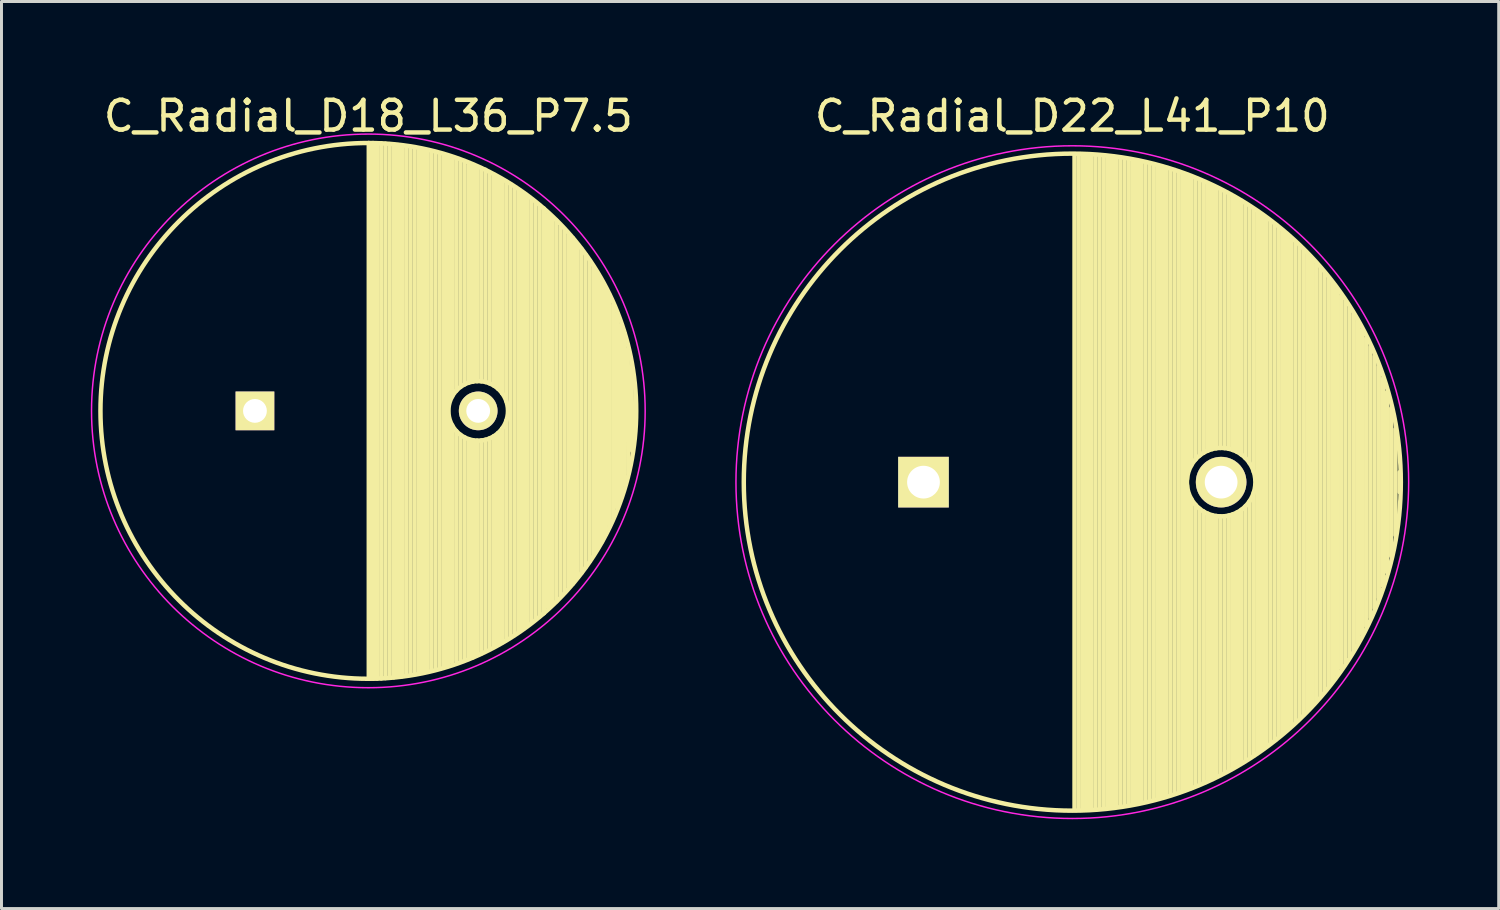
<source format=kicad_pcb>
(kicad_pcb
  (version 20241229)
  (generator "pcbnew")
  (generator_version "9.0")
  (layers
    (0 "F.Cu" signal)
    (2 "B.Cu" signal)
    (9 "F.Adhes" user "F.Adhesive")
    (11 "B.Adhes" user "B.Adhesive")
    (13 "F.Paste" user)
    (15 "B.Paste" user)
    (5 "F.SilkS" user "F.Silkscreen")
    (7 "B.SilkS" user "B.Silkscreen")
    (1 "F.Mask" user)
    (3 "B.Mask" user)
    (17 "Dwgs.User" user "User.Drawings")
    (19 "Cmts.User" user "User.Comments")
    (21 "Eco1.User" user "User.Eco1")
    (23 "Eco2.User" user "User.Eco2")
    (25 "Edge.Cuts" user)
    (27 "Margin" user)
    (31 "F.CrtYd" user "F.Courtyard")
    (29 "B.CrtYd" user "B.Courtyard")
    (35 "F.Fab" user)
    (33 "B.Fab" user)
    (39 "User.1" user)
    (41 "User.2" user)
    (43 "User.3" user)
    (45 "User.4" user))
  (footprint "C_Radial_D22_L41_P10"
    (layer "F.Cu")
    (at 27.975 13.148)
    (property "Reference" "C_Radial_D22_L41_P10" (at 5 -12.3 0) (layer "F.SilkS") (effects (font (size 1 1) (thickness 0.15))))
    (attr through_hole)
    (fp_line (start 5.075 -11) (end 5.075 11) (stroke (width 0.15) (type solid)) (layer "F.SilkS"))
    (fp_line (start 5.215 -10.998) (end 5.215 10.998) (stroke (width 0.15) (type solid)) (layer "F.SilkS"))
    (fp_line (start 5.355 -10.994) (end 5.355 10.994) (stroke (width 0.15) (type solid)) (layer "F.SilkS"))
    (fp_line (start 5.495 -10.989) (end 5.495 10.989) (stroke (width 0.15) (type solid)) (layer "F.SilkS"))
    (fp_line (start 5.635 -10.982) (end 5.635 10.982) (stroke (width 0.15) (type solid)) (layer "F.SilkS"))
    (fp_line (start 5.775 -10.973) (end 5.775 10.973) (stroke (width 0.15) (type solid)) (layer "F.SilkS"))
    (fp_line (start 5.915 -10.962) (end 5.915 10.962) (stroke (width 0.15) (type solid)) (layer "F.SilkS"))
    (fp_line (start 6.055 -10.949) (end 6.055 10.949) (stroke (width 0.15) (type solid)) (layer "F.SilkS"))
    (fp_line (start 6.195 -10.935) (end 6.195 10.935) (stroke (width 0.15) (type solid)) (layer "F.SilkS"))
    (fp_line (start 6.335 -10.919) (end 6.335 10.919) (stroke (width 0.15) (type solid)) (layer "F.SilkS"))
    (fp_line (start 6.475 -10.901) (end 6.475 10.901) (stroke (width 0.15) (type solid)) (layer "F.SilkS"))
    (fp_line (start 6.615 -10.881) (end 6.615 10.881) (stroke (width 0.15) (type solid)) (layer "F.SilkS"))
    (fp_line (start 6.755 -10.859) (end 6.755 10.859) (stroke (width 0.15) (type solid)) (layer "F.SilkS"))
    (fp_line (start 6.895 -10.836) (end 6.895 10.836) (stroke (width 0.15) (type solid)) (layer "F.SilkS"))
    (fp_line (start 7.035 -10.81) (end 7.035 10.81) (stroke (width 0.15) (type solid)) (layer "F.SilkS"))
    (fp_line (start 7.175 -10.783) (end 7.175 10.783) (stroke (width 0.15) (type solid)) (layer "F.SilkS"))
    (fp_line (start 7.315 -10.754) (end 7.315 10.754) (stroke (width 0.15) (type solid)) (layer "F.SilkS"))
    (fp_line (start 7.455 -10.723) (end 7.455 10.723) (stroke (width 0.15) (type solid)) (layer "F.SilkS"))
    (fp_line (start 7.595 -10.69) (end 7.595 10.69) (stroke (width 0.15) (type solid)) (layer "F.SilkS"))
    (fp_line (start 7.735 -10.655) (end 7.735 10.655) (stroke (width 0.15) (type solid)) (layer "F.SilkS"))
    (fp_line (start 7.875 -10.618) (end 7.875 10.618) (stroke (width 0.15) (type solid)) (layer "F.SilkS"))
    (fp_line (start 8.015 -10.579) (end 8.015 10.579) (stroke (width 0.15) (type solid)) (layer "F.SilkS"))
    (fp_line (start 8.155 -10.538) (end 8.155 10.538) (stroke (width 0.15) (type solid)) (layer "F.SilkS"))
    (fp_line (start 8.295 -10.495) (end 8.295 10.495) (stroke (width 0.15) (type solid)) (layer "F.SilkS"))
    (fp_line (start 8.435 -10.45) (end 8.435 10.45) (stroke (width 0.15) (type solid)) (layer "F.SilkS"))
    (fp_line (start 8.575 -10.403) (end 8.575 10.403) (stroke (width 0.15) (type solid)) (layer "F.SilkS"))
    (fp_line (start 8.715 -10.354) (end 8.715 10.354) (stroke (width 0.15) (type solid)) (layer "F.SilkS"))
    (fp_line (start 8.855 -10.302) (end 8.855 -0.107) (stroke (width 0.15) (type solid)) (layer "F.SilkS"))
    (fp_line (start 8.855 0.107) (end 8.855 10.302) (stroke (width 0.15) (type solid)) (layer "F.SilkS"))
    (fp_line (start 8.995 -10.249) (end 8.995 -0.559) (stroke (width 0.15) (type solid)) (layer "F.SilkS"))
    (fp_line (start 8.995 0.559) (end 8.995 10.249) (stroke (width 0.15) (type solid)) (layer "F.SilkS"))
    (fp_line (start 9.135 -10.193) (end 9.135 -0.758) (stroke (width 0.15) (type solid)) (layer "F.SilkS"))
    (fp_line (start 9.135 0.758) (end 9.135 10.193) (stroke (width 0.15) (type solid)) (layer "F.SilkS"))
    (fp_line (start 9.275 -10.135) (end 9.275 -0.893) (stroke (width 0.15) (type solid)) (layer "F.SilkS"))
    (fp_line (start 9.275 0.893) (end 9.275 10.135) (stroke (width 0.15) (type solid)) (layer "F.SilkS"))
    (fp_line (start 9.415 -10.075) (end 9.415 -0.99) (stroke (width 0.15) (type solid)) (layer "F.SilkS"))
    (fp_line (start 9.415 0.99) (end 9.415 10.075) (stroke (width 0.15) (type solid)) (layer "F.SilkS"))
    (fp_line (start 9.555 -10.013) (end 9.555 -1.06) (stroke (width 0.15) (type solid)) (layer "F.SilkS"))
    (fp_line (start 9.555 1.06) (end 9.555 10.013) (stroke (width 0.15) (type solid)) (layer "F.SilkS"))
    (fp_line (start 9.695 -9.948) (end 9.695 -1.109) (stroke (width 0.15) (type solid)) (layer "F.SilkS"))
    (fp_line (start 9.695 1.109) (end 9.695 9.948) (stroke (width 0.15) (type solid)) (layer "F.SilkS"))
    (fp_line (start 9.835 -9.88) (end 9.835 -1.138) (stroke (width 0.15) (type solid)) (layer "F.SilkS"))
    (fp_line (start 9.835 1.138) (end 9.835 9.88) (stroke (width 0.15) (type solid)) (layer "F.SilkS"))
    (fp_line (start 9.975 -9.811) (end 9.975 -1.15) (stroke (width 0.15) (type solid)) (layer "F.SilkS"))
    (fp_line (start 9.975 1.15) (end 9.975 9.811) (stroke (width 0.15) (type solid)) (layer "F.SilkS"))
    (fp_line (start 10.115 -9.738) (end 10.115 -1.144) (stroke (width 0.15) (type solid)) (layer "F.SilkS"))
    (fp_line (start 10.115 1.144) (end 10.115 9.738) (stroke (width 0.15) (type solid)) (layer "F.SilkS"))
    (fp_line (start 10.255 -9.664) (end 10.255 -1.121) (stroke (width 0.15) (type solid)) (layer "F.SilkS"))
    (fp_line (start 10.255 1.121) (end 10.255 9.664) (stroke (width 0.15) (type solid)) (layer "F.SilkS"))
    (fp_line (start 10.395 -9.586) (end 10.395 -1.08) (stroke (width 0.15) (type solid)) (layer "F.SilkS"))
    (fp_line (start 10.395 1.08) (end 10.395 9.586) (stroke (width 0.15) (type solid)) (layer "F.SilkS"))
    (fp_line (start 10.535 -9.506) (end 10.535 -1.018) (stroke (width 0.15) (type solid)) (layer "F.SilkS"))
    (fp_line (start 10.535 1.018) (end 10.535 9.506) (stroke (width 0.15) (type solid)) (layer "F.SilkS"))
    (fp_line (start 10.675 -9.423) (end 10.675 -0.931) (stroke (width 0.15) (type solid)) (layer "F.SilkS"))
    (fp_line (start 10.675 0.931) (end 10.675 9.423) (stroke (width 0.15) (type solid)) (layer "F.SilkS"))
    (fp_line (start 10.815 -9.337) (end 10.815 -0.811) (stroke (width 0.15) (type solid)) (layer "F.SilkS"))
    (fp_line (start 10.815 0.811) (end 10.815 9.337) (stroke (width 0.15) (type solid)) (layer "F.SilkS"))
    (fp_line (start 10.955 -9.249) (end 10.955 -0.641) (stroke (width 0.15) (type solid)) (layer "F.SilkS"))
    (fp_line (start 10.955 0.641) (end 10.955 9.249) (stroke (width 0.15) (type solid)) (layer "F.SilkS"))
    (fp_line (start 11.095 -9.157) (end 11.095 -0.351) (stroke (width 0.15) (type solid)) (layer "F.SilkS"))
    (fp_line (start 11.095 0.351) (end 11.095 9.157) (stroke (width 0.15) (type solid)) (layer "F.SilkS"))
    (fp_line (start 11.235 -9.062) (end 11.235 9.062) (stroke (width 0.15) (type solid)) (layer "F.SilkS"))
    (fp_line (start 11.375 -8.964) (end 11.375 8.964) (stroke (width 0.15) (type solid)) (layer "F.SilkS"))
    (fp_line (start 11.515 -8.863) (end 11.515 8.863) (stroke (width 0.15) (type solid)) (layer "F.SilkS"))
    (fp_line (start 11.655 -8.758) (end 11.655 8.758) (stroke (width 0.15) (type solid)) (layer "F.SilkS"))
    (fp_line (start 11.795 -8.65) (end 11.795 8.65) (stroke (width 0.15) (type solid)) (layer "F.SilkS"))
    (fp_line (start 11.935 -8.538) (end 11.935 8.538) (stroke (width 0.15) (type solid)) (layer "F.SilkS"))
    (fp_line (start 12.075 -8.423) (end 12.075 8.423) (stroke (width 0.15) (type solid)) (layer "F.SilkS"))
    (fp_line (start 12.215 -8.303) (end 12.215 8.303) (stroke (width 0.15) (type solid)) (layer "F.SilkS"))
    (fp_line (start 12.355 -8.179) (end 12.355 8.179) (stroke (width 0.15) (type solid)) (layer "F.SilkS"))
    (fp_line (start 12.495 -8.051) (end 12.495 8.051) (stroke (width 0.15) (type solid)) (layer "F.SilkS"))
    (fp_line (start 12.635 -7.919) (end 12.635 7.919) (stroke (width 0.15) (type solid)) (layer "F.SilkS"))
    (fp_line (start 12.775 -7.781) (end 12.775 7.781) (stroke (width 0.15) (type solid)) (layer "F.SilkS"))
    (fp_line (start 12.915 -7.639) (end 12.915 7.639) (stroke (width 0.15) (type solid)) (layer "F.SilkS"))
    (fp_line (start 13.055 -7.491) (end 13.055 7.491) (stroke (width 0.15) (type solid)) (layer "F.SilkS"))
    (fp_line (start 13.195 -7.338) (end 13.195 7.338) (stroke (width 0.15) (type solid)) (layer "F.SilkS"))
    (fp_line (start 13.335 -7.178) (end 13.335 7.178) (stroke (width 0.15) (type solid)) (layer "F.SilkS"))
    (fp_line (start 13.475 -7.012) (end 13.475 7.012) (stroke (width 0.15) (type solid)) (layer "F.SilkS"))
    (fp_line (start 13.615 -6.84) (end 13.615 6.84) (stroke (width 0.15) (type solid)) (layer "F.SilkS"))
    (fp_line (start 13.755 -6.66) (end 13.755 6.66) (stroke (width 0.15) (type solid)) (layer "F.SilkS"))
    (fp_line (start 13.895 -6.471) (end 13.895 6.471) (stroke (width 0.15) (type solid)) (layer "F.SilkS"))
    (fp_line (start 14.035 -6.274) (end 14.035 6.274) (stroke (width 0.15) (type solid)) (layer "F.SilkS"))
    (fp_line (start 14.175 -6.068) (end 14.175 6.068) (stroke (width 0.15) (type solid)) (layer "F.SilkS"))
    (fp_line (start 14.315 -5.851) (end 14.315 5.851) (stroke (width 0.15) (type solid)) (layer "F.SilkS"))
    (fp_line (start 14.455 -5.622) (end 14.455 5.622) (stroke (width 0.15) (type solid)) (layer "F.SilkS"))
    (fp_line (start 14.595 -5.379) (end 14.595 5.379) (stroke (width 0.15) (type solid)) (layer "F.SilkS"))
    (fp_line (start 14.735 -5.122) (end 14.735 5.122) (stroke (width 0.15) (type solid)) (layer "F.SilkS"))
    (fp_line (start 14.875 -4.846) (end 14.875 4.846) (stroke (width 0.15) (type solid)) (layer "F.SilkS"))
    (fp_line (start 15.015 -4.55) (end 15.015 4.55) (stroke (width 0.15) (type solid)) (layer "F.SilkS"))
    (fp_line (start 15.155 -4.228) (end 15.155 4.228) (stroke (width 0.15) (type solid)) (layer "F.SilkS"))
    (fp_line (start 15.295 -3.875) (end 15.295 3.875) (stroke (width 0.15) (type solid)) (layer "F.SilkS"))
    (fp_line (start 15.435 -3.48) (end 15.435 3.48) (stroke (width 0.15) (type solid)) (layer "F.SilkS"))
    (fp_line (start 15.575 -3.028) (end 15.575 3.028) (stroke (width 0.15) (type solid)) (layer "F.SilkS"))
    (fp_line (start 15.715 -2.488) (end 15.715 2.488) (stroke (width 0.15) (type solid)) (layer "F.SilkS"))
    (fp_line (start 15.855 -1.78) (end 15.855 1.78) (stroke (width 0.15) (type solid)) (layer "F.SilkS"))
    (fp_line (start 15.995 -0.332) (end 15.995 0.332) (stroke (width 0.15) (type solid)) (layer "F.SilkS"))
    (fp_circle (center 5 0) (end 5 -11.037) (stroke (width 0.15) (type solid)) (fill no) (layer "F.SilkS"))
    (fp_circle (center 10 0) (end 10 -1.15) (stroke (width 0.15) (type solid)) (fill no) (layer "F.SilkS"))
    (fp_circle (center 5 0) (end 5 -11.3) (stroke (width 0.05) (type solid)) (fill no) (layer "F.CrtYd"))
    (pad "1" thru_hole rect (at 0 0) (size 1.7 1.7) (drill 1.1) (layers "*.Cu" "*.Mask" "F.SilkS"))
    (pad "2" thru_hole circle (at 10 0) (size 1.7 1.7) (drill 1.1) (layers "*.Cu" "*.Mask" "F.SilkS")))
  (footprint "C_Radial_D18_L36_P7.5"
    (layer "F.Cu")
    (at 5.515 10.754)
    (property "Reference" "C_Radial_D18_L36_P7.5" (at 3.81 -9.906 0) (layer "F.SilkS") (effects (font (size 1 1) (thickness 0.15))))
    (attr through_hole)
    (fp_line (start 3.825 -9) (end 3.825 9) (stroke (width 0.15) (type solid)) (layer "F.SilkS"))
    (fp_line (start 3.965 -8.997) (end 3.965 8.997) (stroke (width 0.15) (type solid)) (layer "F.SilkS"))
    (fp_line (start 4.105 -8.992) (end 4.105 8.992) (stroke (width 0.15) (type solid)) (layer "F.SilkS"))
    (fp_line (start 4.245 -8.985) (end 4.245 8.985) (stroke (width 0.15) (type solid)) (layer "F.SilkS"))
    (fp_line (start 4.385 -8.975) (end 4.385 8.975) (stroke (width 0.15) (type solid)) (layer "F.SilkS"))
    (fp_line (start 4.525 -8.962) (end 4.525 8.962) (stroke (width 0.15) (type solid)) (layer "F.SilkS"))
    (fp_line (start 4.665 -8.948) (end 4.665 8.948) (stroke (width 0.15) (type solid)) (layer "F.SilkS"))
    (fp_line (start 4.805 -8.93) (end 4.805 8.93) (stroke (width 0.15) (type solid)) (layer "F.SilkS"))
    (fp_line (start 4.945 -8.91) (end 4.945 8.91) (stroke (width 0.15) (type solid)) (layer "F.SilkS"))
    (fp_line (start 5.085 -8.888) (end 5.085 8.888) (stroke (width 0.15) (type solid)) (layer "F.SilkS"))
    (fp_line (start 5.225 -8.863) (end 5.225 8.863) (stroke (width 0.15) (type solid)) (layer "F.SilkS"))
    (fp_line (start 5.365 -8.835) (end 5.365 8.835) (stroke (width 0.15) (type solid)) (layer "F.SilkS"))
    (fp_line (start 5.505 -8.805) (end 5.505 8.805) (stroke (width 0.15) (type solid)) (layer "F.SilkS"))
    (fp_line (start 5.645 -8.772) (end 5.645 8.772) (stroke (width 0.15) (type solid)) (layer "F.SilkS"))
    (fp_line (start 5.785 -8.737) (end 5.785 8.737) (stroke (width 0.15) (type solid)) (layer "F.SilkS"))
    (fp_line (start 5.925 -8.699) (end 5.925 8.699) (stroke (width 0.15) (type solid)) (layer "F.SilkS"))
    (fp_line (start 6.065 -8.658) (end 6.065 8.658) (stroke (width 0.15) (type solid)) (layer "F.SilkS"))
    (fp_line (start 6.205 -8.614) (end 6.205 8.614) (stroke (width 0.15) (type solid)) (layer "F.SilkS"))
    (fp_line (start 6.345 -8.567) (end 6.345 8.567) (stroke (width 0.15) (type solid)) (layer "F.SilkS"))
    (fp_line (start 6.485 -8.518) (end 6.485 8.518) (stroke (width 0.15) (type solid)) (layer "F.SilkS"))
    (fp_line (start 6.625 -8.466) (end 6.625 -0.484) (stroke (width 0.15) (type solid)) (layer "F.SilkS"))
    (fp_line (start 6.625 0.484) (end 6.625 8.466) (stroke (width 0.15) (type solid)) (layer "F.SilkS"))
    (fp_line (start 6.765 -8.45) (end 6.765 -0.678) (stroke (width 0.15) (type solid)) (layer "F.SilkS"))
    (fp_line (start 6.765 0.678) (end 6.765 8.41) (stroke (width 0.15) (type solid)) (layer "F.SilkS"))
    (fp_line (start 6.905 -8.4) (end 6.905 -0.804) (stroke (width 0.15) (type solid)) (layer "F.SilkS"))
    (fp_line (start 6.905 0.804) (end 6.905 8.38) (stroke (width 0.15) (type solid)) (layer "F.SilkS"))
    (fp_line (start 7.045 -8.35) (end 7.045 -0.89) (stroke (width 0.15) (type solid)) (layer "F.SilkS"))
    (fp_line (start 7.045 0.89) (end 7.045 8.35) (stroke (width 0.15) (type solid)) (layer "F.SilkS"))
    (fp_line (start 7.185 -8.25) (end 7.185 -0.949) (stroke (width 0.15) (type solid)) (layer "F.SilkS"))
    (fp_line (start 7.185 0.949) (end 7.185 8.33) (stroke (width 0.15) (type solid)) (layer "F.SilkS"))
    (fp_line (start 7.325 -8.25) (end 7.325 -0.985) (stroke (width 0.15) (type solid)) (layer "F.SilkS"))
    (fp_line (start 7.325 0.985) (end 7.325 8.28) (stroke (width 0.15) (type solid)) (layer "F.SilkS"))
    (fp_line (start 7.465 -8.185) (end 7.465 -0.999) (stroke (width 0.15) (type solid)) (layer "F.SilkS"))
    (fp_line (start 7.465 0.999) (end 7.465 8.2) (stroke (width 0.15) (type solid)) (layer "F.SilkS"))
    (fp_line (start 7.605 -8.15) (end 7.605 -0.994) (stroke (width 0.15) (type solid)) (layer "F.SilkS"))
    (fp_line (start 7.605 0.994) (end 7.605 8.15) (stroke (width 0.15) (type solid)) (layer "F.SilkS"))
    (fp_line (start 7.745 -8.1) (end 7.745 -0.97) (stroke (width 0.15) (type solid)) (layer "F.SilkS"))
    (fp_line (start 7.745 0.97) (end 7.745 8.05) (stroke (width 0.15) (type solid)) (layer "F.SilkS"))
    (fp_line (start 7.885 -8) (end 7.885 -0.923) (stroke (width 0.15) (type solid)) (layer "F.SilkS"))
    (fp_line (start 7.885 0.923) (end 7.885 7.95) (stroke (width 0.15) (type solid)) (layer "F.SilkS"))
    (fp_line (start 8.025 -7.9) (end 8.025 -0.851) (stroke (width 0.15) (type solid)) (layer "F.SilkS"))
    (fp_line (start 8.025 0.851) (end 8.025 7.87) (stroke (width 0.15) (type solid)) (layer "F.SilkS"))
    (fp_line (start 8.165 -7.8) (end 8.165 -0.747) (stroke (width 0.15) (type solid)) (layer "F.SilkS"))
    (fp_line (start 8.165 0.747) (end 8.165 7.85) (stroke (width 0.15) (type solid)) (layer "F.SilkS"))
    (fp_line (start 8.305 -7.75) (end 8.305 -0.593) (stroke (width 0.15) (type solid)) (layer "F.SilkS"))
    (fp_line (start 8.305 0.593) (end 8.305 7.78) (stroke (width 0.15) (type solid)) (layer "F.SilkS"))
    (fp_line (start 8.445 -7.7) (end 8.445 -0.327) (stroke (width 0.15) (type solid)) (layer "F.SilkS"))
    (fp_line (start 8.445 0.327) (end 8.445 7.7) (stroke (width 0.15) (type solid)) (layer "F.SilkS"))
    (fp_line (start 8.585 -7.6) (end 8.585 7.6) (stroke (width 0.15) (type solid)) (layer "F.SilkS"))
    (fp_line (start 8.725 -7.5) (end 8.725 7.5) (stroke (width 0.15) (type solid)) (layer "F.SilkS"))
    (fp_line (start 8.865 -7.4) (end 8.865 7.4) (stroke (width 0.15) (type solid)) (layer "F.SilkS"))
    (fp_line (start 9.005 -7.3) (end 9.005 7.3) (stroke (width 0.15) (type solid)) (layer "F.SilkS"))
    (fp_line (start 9.145 -7.2) (end 9.145 7.2) (stroke (width 0.15) (type solid)) (layer "F.SilkS"))
    (fp_line (start 9.285 -7.1) (end 9.285 7.1) (stroke (width 0.15) (type solid)) (layer "F.SilkS"))
    (fp_line (start 9.425 -7) (end 9.425 7) (stroke (width 0.15) (type solid)) (layer "F.SilkS"))
    (fp_line (start 9.565 -6.9) (end 9.565 6.9) (stroke (width 0.15) (type solid)) (layer "F.SilkS"))
    (fp_line (start 9.705 -6.8) (end 9.705 6.8) (stroke (width 0.15) (type solid)) (layer "F.SilkS"))
    (fp_line (start 9.845 -6.6) (end 9.845 6.6) (stroke (width 0.15) (type solid)) (layer "F.SilkS"))
    (fp_line (start 9.985 -6.5) (end 9.985 6.5) (stroke (width 0.15) (type solid)) (layer "F.SilkS"))
    (fp_line (start 10.125 -6.4) (end 10.125 6.4) (stroke (width 0.15) (type solid)) (layer "F.SilkS"))
    (fp_line (start 10.265 -6.2) (end 10.265 6.2) (stroke (width 0.15) (type solid)) (layer "F.SilkS"))
    (fp_line (start 10.405 -6.1) (end 10.405 6.1) (stroke (width 0.15) (type solid)) (layer "F.SilkS"))
    (fp_line (start 10.545 -5.9) (end 10.545 5.9) (stroke (width 0.15) (type solid)) (layer "F.SilkS"))
    (fp_line (start 10.685 -5.8) (end 10.685 5.8) (stroke (width 0.15) (type solid)) (layer "F.SilkS"))
    (fp_line (start 10.825 -5.6) (end 10.825 5.6) (stroke (width 0.15) (type solid)) (layer "F.SilkS"))
    (fp_line (start 10.965 -5.45) (end 10.965 5.45) (stroke (width 0.15) (type solid)) (layer "F.SilkS"))
    (fp_line (start 11.105 -5.25) (end 11.105 5.25) (stroke (width 0.15) (type solid)) (layer "F.SilkS"))
    (fp_line (start 11.245 -5.05) (end 11.245 5.05) (stroke (width 0.15) (type solid)) (layer "F.SilkS"))
    (fp_line (start 11.385 -4.8) (end 11.385 4.8) (stroke (width 0.15) (type solid)) (layer "F.SilkS"))
    (fp_line (start 11.525 -4.6) (end 11.525 4.6) (stroke (width 0.15) (type solid)) (layer "F.SilkS"))
    (fp_line (start 11.659 4.394) (end 11.659 -4.318) (stroke (width 0.15) (type solid)) (layer "F.SilkS"))
    (fp_line (start 11.786 4.14) (end 11.786 -4.115) (stroke (width 0.15) (type solid)) (layer "F.SilkS"))
    (fp_line (start 11.913 -3.886) (end 11.913 3.835) (stroke (width 0.15) (type solid)) (layer "F.SilkS"))
    (fp_line (start 12.04 3.581) (end 12.04 -3.556) (stroke (width 0.15) (type solid)) (layer "F.SilkS"))
    (fp_line (start 12.167 -3.277) (end 12.167 3.251) (stroke (width 0.15) (type solid)) (layer "F.SilkS"))
    (fp_line (start 12.294 2.946) (end 12.294 -2.896) (stroke (width 0.15) (type solid)) (layer "F.SilkS"))
    (fp_line (start 12.421 -2.591) (end 12.421 2.489) (stroke (width 0.15) (type solid)) (layer "F.SilkS"))
    (fp_line (start 12.548 2.083) (end 12.522 -2.057) (stroke (width 0.15) (type solid)) (layer "F.SilkS"))
    (fp_line (start 12.649 -1.473) (end 12.675 1.346) (stroke (width 0.15) (type solid)) (layer "F.SilkS"))
    (fp_circle (center 3.81 0) (end 3.81 -9) (stroke (width 0.15) (type solid)) (fill no) (layer "F.SilkS"))
    (fp_circle (center 7.5 0) (end 7.5 -1) (stroke (width 0.15) (type solid)) (fill no) (layer "F.SilkS"))
    (fp_circle (center 3.81 0) (end 3.81 -9.3) (stroke (width 0.05) (type solid)) (fill no) (layer "F.CrtYd"))
    (pad "1" thru_hole rect (at 0 0) (size 1.3 1.3) (drill 0.8) (layers "*.Cu" "*.Mask" "F.SilkS"))
    (pad "2" thru_hole circle (at 7.5 0) (size 1.3 1.3) (drill 0.8) (layers "*.Cu" "*.Mask" "F.SilkS")))
  (gr_rect
    (start -3 -3)
    (end 47.3 27.473)
    (stroke (width 0.1) (type default))
    (fill no)
    (layer "Edge.Cuts")))
</source>
